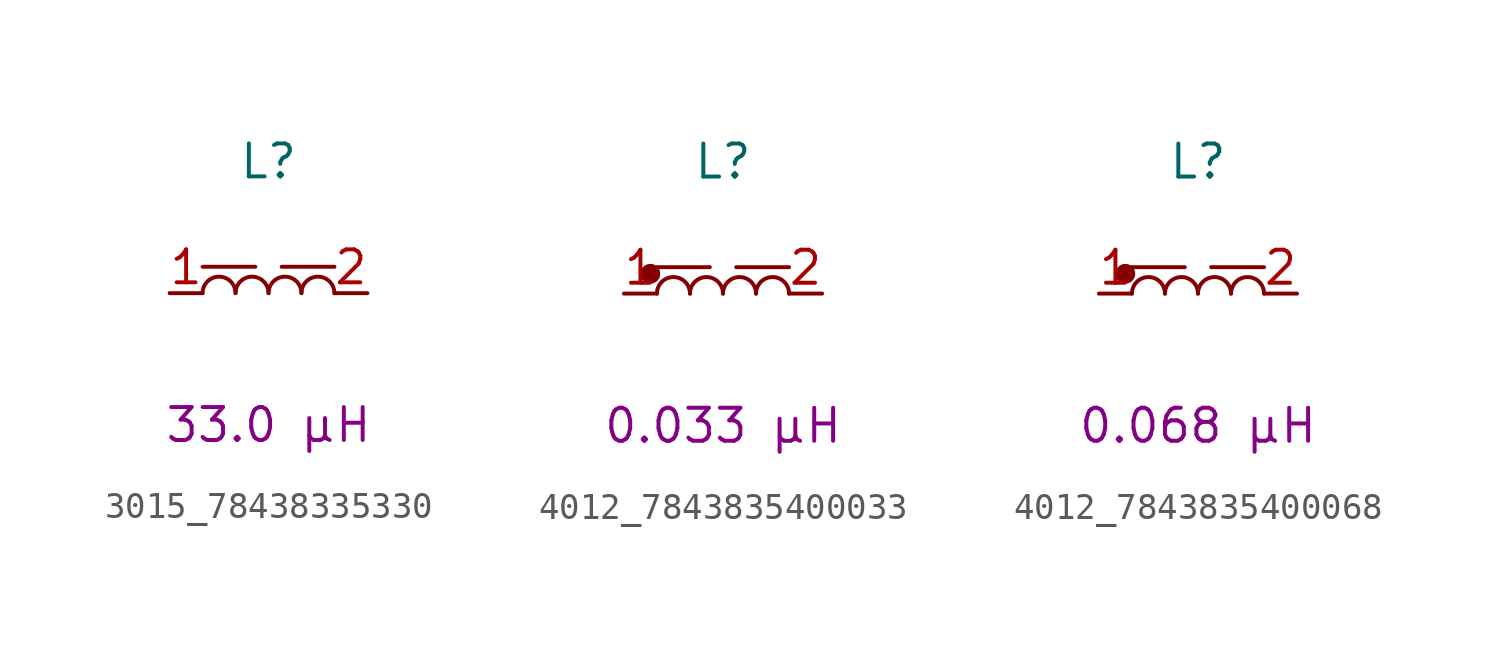
<source format=kicad_sym>
(kicad_symbol_lib
  (version 20220914)
  (generator kicad_symbol_editor)
  (symbol "3015_78438335330"
    (pin_names hide)
    (property "Reference" "L"
      (at 0 5.08 0)
      (effects (font (size 1.27 1.27))))
    (property "Critical Parameter" "33.0 µH"
      (at 0 -5.08 0)
      (effects (font (size 1.27 1.27))))
    (symbol "3015_78438335330_0_1"
      (arc (start -1.27 0) (mid -1.905 0.6323) (end -2.54 0) (stroke (width 0) (type default)) (fill (type none)))
      (arc (start 0 0) (mid -0.635 0.6323) (end -1.27 0) (stroke (width 0) (type default)) (fill (type none)))
      (polyline (pts (xy -2.54 1.016) (xy -0.508 1.016)) (stroke (width 0) (type default)) (fill (type none)))
      (arc (start 1.27 0) (mid 0.635 0.6323) (end 0 0) (stroke (width 0) (type default)) (fill (type none)))
      (arc (start 2.54 0) (mid 1.905 0.6323) (end 1.27 0) (stroke (width 0) (type default)) (fill (type none))))
    (symbol "3015_78438335330_1_1"
      (polyline (pts (xy 2.54 1.016) (xy 0.508 1.016)) (stroke (width 0) (type default)) (fill (type none)))
      (pin passive line (at -3.81 0 0) (length 1.27) (name "1" (effects (font (size 1.27 1.27)))) (number "1" (effects (font (size 1.27 1.27)))))
      (pin passive line (at 3.81 0 180) (length 1.27) (name "2" (effects (font (size 1.27 1.27)))) (number "2" (effects (font (size 1.27 1.27)))))))
  (symbol "4012_7843835400033"
    (pin_names hide)
    (property "Reference" "L"
      (at 0 5.08 0)
      (effects (font (size 1.27 1.27))))
    (property "Critical Parameter" "0.033 µH"
      (at 0 -5.08 0)
      (effects (font (size 1.27 1.27))))
    (symbol "4012_7843835400033_0_1"
      (arc (start -1.27 0) (mid -1.905 0.6323) (end -2.54 0) (stroke (width 0) (type default)) (fill (type none)))
      (arc (start 0 0) (mid -0.635 0.6323) (end -1.27 0) (stroke (width 0) (type default)) (fill (type none)))
      (polyline (pts (xy -2.54 1.016) (xy -0.508 1.016)) (stroke (width 0) (type default)) (fill (type none)))
      (arc (start 1.27 0) (mid 0.635 0.6323) (end 0 0) (stroke (width 0) (type default)) (fill (type none)))
      (arc (start 2.54 0) (mid 1.905 0.6323) (end 1.27 0) (stroke (width 0) (type default)) (fill (type none))))
    (symbol "4012_7843835400033_1_1"
      (circle (center -2.794 0.762) (radius 0.0001) (stroke (width 0.381) (type default)) (fill (type none)))
      (polyline (pts (xy 2.54 1.016) (xy 0.508 1.016)) (stroke (width 0) (type default)) (fill (type none)))
      (pin passive line (at -3.81 0 0) (length 1.27) (name "1" (effects (font (size 1.27 1.27)))) (number "1" (effects (font (size 1.27 1.27)))))
      (pin passive line (at 3.81 0 180) (length 1.27) (name "2" (effects (font (size 1.27 1.27)))) (number "2" (effects (font (size 1.27 1.27)))))))
  (symbol "4012_7843835400068"
    (pin_names hide)
    (property "Reference" "L"
      (at 0 5.08 0)
      (effects (font (size 1.27 1.27))))
    (property "Critical Parameter" "0.068 µH"
      (at 0 -5.08 0)
      (effects (font (size 1.27 1.27))))
    (symbol "4012_7843835400068_0_1"
      (arc (start -1.27 0) (mid -1.905 0.6323) (end -2.54 0) (stroke (width 0) (type default)) (fill (type none)))
      (arc (start 0 0) (mid -0.635 0.6323) (end -1.27 0) (stroke (width 0) (type default)) (fill (type none)))
      (polyline (pts (xy -2.54 1.016) (xy -0.508 1.016)) (stroke (width 0) (type default)) (fill (type none)))
      (arc (start 1.27 0) (mid 0.635 0.6323) (end 0 0) (stroke (width 0) (type default)) (fill (type none)))
      (arc (start 2.54 0) (mid 1.905 0.6323) (end 1.27 0) (stroke (width 0) (type default)) (fill (type none))))
    (symbol "4012_7843835400068_1_1"
      (circle (center -2.794 0.762) (radius 0.0001) (stroke (width 0.381) (type default)) (fill (type none)))
      (polyline (pts (xy 2.54 1.016) (xy 0.508 1.016)) (stroke (width 0) (type default)) (fill (type none)))
      (pin passive line (at -3.81 0 0) (length 1.27) (name "1" (effects (font (size 1.27 1.27)))) (number "1" (effects (font (size 1.27 1.27)))))
      (pin passive line (at 3.81 0 180) (length 1.27) (name "2" (effects (font (size 1.27 1.27)))) (number "2" (effects (font (size 1.27 1.27))))))))
</source>
